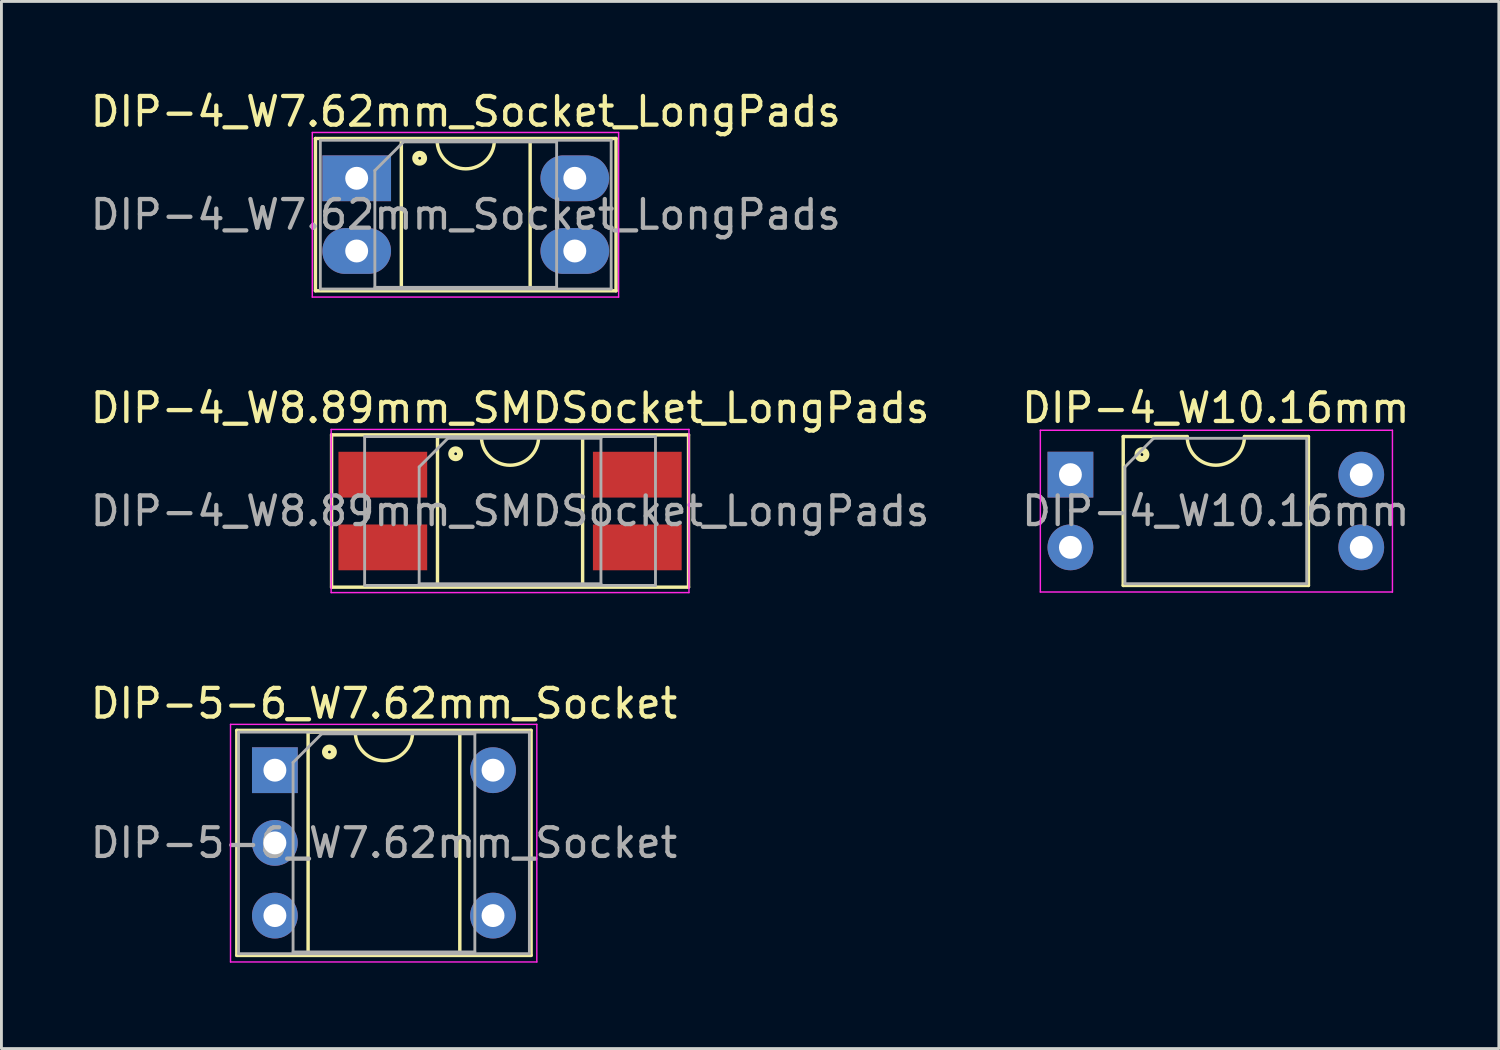
<source format=kicad_pcb>
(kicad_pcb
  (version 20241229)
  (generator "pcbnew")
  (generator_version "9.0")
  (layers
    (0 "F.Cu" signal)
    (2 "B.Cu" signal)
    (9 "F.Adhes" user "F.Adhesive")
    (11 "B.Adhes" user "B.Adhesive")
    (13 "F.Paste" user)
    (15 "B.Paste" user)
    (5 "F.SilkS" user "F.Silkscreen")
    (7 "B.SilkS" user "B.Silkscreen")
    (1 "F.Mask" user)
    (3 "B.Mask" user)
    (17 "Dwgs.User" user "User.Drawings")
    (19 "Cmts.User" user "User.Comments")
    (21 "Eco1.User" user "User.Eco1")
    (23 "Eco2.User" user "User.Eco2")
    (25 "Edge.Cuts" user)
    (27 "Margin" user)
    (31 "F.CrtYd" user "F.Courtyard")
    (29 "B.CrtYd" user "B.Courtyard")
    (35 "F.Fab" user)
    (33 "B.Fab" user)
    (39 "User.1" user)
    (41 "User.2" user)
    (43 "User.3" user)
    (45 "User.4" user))
  (footprint "DIP-5-6_W7.62mm_Socket"
    (layer "F.Cu")
    (at 6.553 23.855)
    (property "Reference" "DIP-5-6_W7.62mm_Socket" (at 3.81 -2.33 0) (layer "F.SilkS") (effects (font (size 1 1) (thickness 0.15))))
    (attr through_hole)
    (fp_line (start -1.33 -1.39) (end -1.33 6.47) (stroke (width 0.12) (type solid)) (layer "F.SilkS"))
    (fp_line (start -1.33 6.47) (end 8.95 6.47) (stroke (width 0.12) (type solid)) (layer "F.SilkS"))
    (fp_line (start 1.16 -1.33) (end 1.16 6.41) (stroke (width 0.12) (type solid)) (layer "F.SilkS"))
    (fp_line (start 1.16 6.41) (end 6.46 6.41) (stroke (width 0.12) (type solid)) (layer "F.SilkS"))
    (fp_line (start 2.81 -1.33) (end 1.16 -1.33) (stroke (width 0.12) (type solid)) (layer "F.SilkS"))
    (fp_line (start 6.46 -1.33) (end 4.81 -1.33) (stroke (width 0.12) (type solid)) (layer "F.SilkS"))
    (fp_line (start 6.46 6.41) (end 6.46 -1.33) (stroke (width 0.12) (type solid)) (layer "F.SilkS"))
    (fp_line (start 8.95 -1.39) (end -1.33 -1.39) (stroke (width 0.12) (type solid)) (layer "F.SilkS"))
    (fp_line (start 8.95 6.47) (end 8.95 -1.39) (stroke (width 0.12) (type solid)) (layer "F.SilkS"))
    (fp_arc (start 4.81 -1.33) (mid 3.81 -0.33) (end 2.81 -1.33) (stroke (width 0.12) (type solid)) (layer "F.SilkS"))
    (fp_circle (center 1.905 -0.635) (end 1.955 -0.635) (stroke (width 0.12) (type solid)) (fill no) (layer "F.SilkS"))
    (fp_circle (center 1.905 -0.635) (end 2.03 -0.635) (stroke (width 0.12) (type solid)) (fill no) (layer "F.SilkS"))
    (fp_circle (center 1.905 -0.635) (end 2.105 -0.635) (stroke (width 0.12) (type solid)) (fill no) (layer "F.SilkS"))
    (fp_line (start -1.55 -1.6) (end -1.55 6.7) (stroke (width 0.05) (type solid)) (layer "F.CrtYd"))
    (fp_line (start -1.55 6.7) (end 9.15 6.7) (stroke (width 0.05) (type solid)) (layer "F.CrtYd"))
    (fp_line (start 9.15 -1.6) (end -1.55 -1.6) (stroke (width 0.05) (type solid)) (layer "F.CrtYd"))
    (fp_line (start 9.15 6.7) (end 9.15 -1.6) (stroke (width 0.05) (type solid)) (layer "F.CrtYd"))
    (fp_line (start -1.27 -1.33) (end -1.27 6.41) (stroke (width 0.1) (type solid)) (layer "F.Fab"))
    (fp_line (start -1.27 6.41) (end 8.89 6.41) (stroke (width 0.1) (type solid)) (layer "F.Fab"))
    (fp_line (start 0.635 -0.27) (end 1.635 -1.27) (stroke (width 0.1) (type solid)) (layer "F.Fab"))
    (fp_line (start 0.635 6.35) (end 0.635 -0.27) (stroke (width 0.1) (type solid)) (layer "F.Fab"))
    (fp_line (start 1.635 -1.27) (end 6.985 -1.27) (stroke (width 0.1) (type solid)) (layer "F.Fab"))
    (fp_line (start 6.985 -1.27) (end 6.985 6.35) (stroke (width 0.1) (type solid)) (layer "F.Fab"))
    (fp_line (start 6.985 6.35) (end 0.635 6.35) (stroke (width 0.1) (type solid)) (layer "F.Fab"))
    (fp_line (start 8.89 -1.33) (end -1.27 -1.33) (stroke (width 0.1) (type solid)) (layer "F.Fab"))
    (fp_line (start 8.89 6.41) (end 8.89 -1.33) (stroke (width 0.1) (type solid)) (layer "F.Fab"))
    (fp_text user "${REFERENCE}" (at 3.81 2.54 0) (layer "F.Fab") (effects (font (size 1 1) (thickness 0.15))))
    (pad "1" thru_hole rect (at 0 0) (size 1.6 1.6) (drill 0.8) (layers "*.Cu" "*.Mask"))
    (pad "2" thru_hole oval (at 0 2.54) (size 1.6 1.6) (drill 0.8) (layers "*.Cu" "*.Mask"))
    (pad "3" thru_hole oval (at 0 5.08) (size 1.6 1.6) (drill 0.8) (layers "*.Cu" "*.Mask"))
    (pad "4" thru_hole oval (at 7.62 5.08) (size 1.6 1.6) (drill 0.8) (layers "*.Cu" "*.Mask"))
    (pad "6" thru_hole oval (at 7.62 0) (size 1.6 1.6) (drill 0.8) (layers "*.Cu" "*.Mask")))
  (footprint "DIP-4_W10.16mm"
    (layer "F.Cu")
    (at 34.343 13.531)
    (property "Reference" "DIP-4_W10.16mm" (at 5.08 -2.33 0) (layer "F.SilkS") (effects (font (size 1 1) (thickness 0.15))))
    (attr through_hole)
    (fp_line (start 1.845 -1.33) (end 1.845 3.87) (stroke (width 0.12) (type solid)) (layer "F.SilkS"))
    (fp_line (start 1.845 3.87) (end 8.315 3.87) (stroke (width 0.12) (type solid)) (layer "F.SilkS"))
    (fp_line (start 4.08 -1.33) (end 1.845 -1.33) (stroke (width 0.12) (type solid)) (layer "F.SilkS"))
    (fp_line (start 8.315 -1.33) (end 6.08 -1.33) (stroke (width 0.12) (type solid)) (layer "F.SilkS"))
    (fp_line (start 8.315 3.87) (end 8.315 -1.33) (stroke (width 0.12) (type solid)) (layer "F.SilkS"))
    (fp_arc (start 6.08 -1.33) (mid 5.08 -0.33) (end 4.08 -1.33) (stroke (width 0.12) (type solid)) (layer "F.SilkS"))
    (fp_circle (center 2.5 -0.7) (end 2.55 -0.7) (stroke (width 0.12) (type solid)) (fill no) (layer "F.SilkS"))
    (fp_circle (center 2.5 -0.7) (end 2.625 -0.7) (stroke (width 0.12) (type solid)) (fill no) (layer "F.SilkS"))
    (fp_circle (center 2.5 -0.7) (end 2.7 -0.7) (stroke (width 0.12) (type solid)) (fill no) (layer "F.SilkS"))
    (fp_line (start -1.05 -1.55) (end -1.05 4.1) (stroke (width 0.05) (type solid)) (layer "F.CrtYd"))
    (fp_line (start -1.05 4.1) (end 11.25 4.1) (stroke (width 0.05) (type solid)) (layer "F.CrtYd"))
    (fp_line (start 11.25 -1.55) (end -1.05 -1.55) (stroke (width 0.05) (type solid)) (layer "F.CrtYd"))
    (fp_line (start 11.25 4.1) (end 11.25 -1.55) (stroke (width 0.05) (type solid)) (layer "F.CrtYd"))
    (fp_line (start 1.905 -0.27) (end 2.905 -1.27) (stroke (width 0.1) (type solid)) (layer "F.Fab"))
    (fp_line (start 1.905 3.81) (end 1.905 -0.27) (stroke (width 0.1) (type solid)) (layer "F.Fab"))
    (fp_line (start 2.905 -1.27) (end 8.255 -1.27) (stroke (width 0.1) (type solid)) (layer "F.Fab"))
    (fp_line (start 8.255 -1.27) (end 8.255 3.81) (stroke (width 0.1) (type solid)) (layer "F.Fab"))
    (fp_line (start 8.255 3.81) (end 1.905 3.81) (stroke (width 0.1) (type solid)) (layer "F.Fab"))
    (fp_text user "${REFERENCE}" (at 5.08 1.27 0) (layer "F.Fab") (effects (font (size 1 1) (thickness 0.15))))
    (pad "1" thru_hole rect (at 0 0) (size 1.6 1.6) (drill 0.8) (layers "*.Cu" "*.Mask"))
    (pad "2" thru_hole oval (at 0 2.54) (size 1.6 1.6) (drill 0.8) (layers "*.Cu" "*.Mask"))
    (pad "3" thru_hole oval (at 10.16 2.54) (size 1.6 1.6) (drill 0.8) (layers "*.Cu" "*.Mask"))
    (pad "4" thru_hole oval (at 10.16 0) (size 1.6 1.6) (drill 0.8) (layers "*.Cu" "*.Mask")))
  (footprint "DIP-4_W7.62mm_Socket_LongPads"
    (layer "F.Cu")
    (at 9.41 3.178)
    (property "Reference" "DIP-4_W7.62mm_Socket_LongPads" (at 3.81 -2.33 0) (layer "F.SilkS") (effects (font (size 1 1) (thickness 0.15))))
    (attr through_hole)
    (fp_line (start -1.44 -1.39) (end -1.44 3.93) (stroke (width 0.12) (type solid)) (layer "F.SilkS"))
    (fp_line (start -1.44 3.93) (end 9.06 3.93) (stroke (width 0.12) (type solid)) (layer "F.SilkS"))
    (fp_line (start 1.56 -1.33) (end 1.56 3.87) (stroke (width 0.12) (type solid)) (layer "F.SilkS"))
    (fp_line (start 1.56 3.87) (end 6.06 3.87) (stroke (width 0.12) (type solid)) (layer "F.SilkS"))
    (fp_line (start 2.81 -1.33) (end 1.56 -1.33) (stroke (width 0.12) (type solid)) (layer "F.SilkS"))
    (fp_line (start 6.06 -1.33) (end 4.81 -1.33) (stroke (width 0.12) (type solid)) (layer "F.SilkS"))
    (fp_line (start 6.06 3.87) (end 6.06 -1.33) (stroke (width 0.12) (type solid)) (layer "F.SilkS"))
    (fp_line (start 9.06 -1.39) (end -1.44 -1.39) (stroke (width 0.12) (type solid)) (layer "F.SilkS"))
    (fp_line (start 9.06 3.93) (end 9.06 -1.39) (stroke (width 0.12) (type solid)) (layer "F.SilkS"))
    (fp_arc (start 4.81 -1.33) (mid 3.81 -0.33) (end 2.81 -1.33) (stroke (width 0.12) (type solid)) (layer "F.SilkS"))
    (fp_circle (center 2.2 -0.7) (end 2.25 -0.7) (stroke (width 0.12) (type solid)) (fill no) (layer "F.SilkS"))
    (fp_circle (center 2.2 -0.7) (end 2.325 -0.7) (stroke (width 0.12) (type solid)) (fill no) (layer "F.SilkS"))
    (fp_circle (center 2.2 -0.7) (end 2.4 -0.7) (stroke (width 0.12) (type solid)) (fill no) (layer "F.SilkS"))
    (fp_line (start -1.55 -1.6) (end -1.55 4.15) (stroke (width 0.05) (type solid)) (layer "F.CrtYd"))
    (fp_line (start -1.55 4.15) (end 9.15 4.15) (stroke (width 0.05) (type solid)) (layer "F.CrtYd"))
    (fp_line (start 9.15 -1.6) (end -1.55 -1.6) (stroke (width 0.05) (type solid)) (layer "F.CrtYd"))
    (fp_line (start 9.15 4.15) (end 9.15 -1.6) (stroke (width 0.05) (type solid)) (layer "F.CrtYd"))
    (fp_line (start -1.27 -1.33) (end -1.27 3.87) (stroke (width 0.1) (type solid)) (layer "F.Fab"))
    (fp_line (start -1.27 3.87) (end 8.89 3.87) (stroke (width 0.1) (type solid)) (layer "F.Fab"))
    (fp_line (start 0.635 -0.27) (end 1.635 -1.27) (stroke (width 0.1) (type solid)) (layer "F.Fab"))
    (fp_line (start 0.635 3.81) (end 0.635 -0.27) (stroke (width 0.1) (type solid)) (layer "F.Fab"))
    (fp_line (start 1.635 -1.27) (end 6.985 -1.27) (stroke (width 0.1) (type solid)) (layer "F.Fab"))
    (fp_line (start 6.985 -1.27) (end 6.985 3.81) (stroke (width 0.1) (type solid)) (layer "F.Fab"))
    (fp_line (start 6.985 3.81) (end 0.635 3.81) (stroke (width 0.1) (type solid)) (layer "F.Fab"))
    (fp_line (start 8.89 -1.33) (end -1.27 -1.33) (stroke (width 0.1) (type solid)) (layer "F.Fab"))
    (fp_line (start 8.89 3.87) (end 8.89 -1.33) (stroke (width 0.1) (type solid)) (layer "F.Fab"))
    (fp_text user "${REFERENCE}" (at 3.81 1.27 0) (layer "F.Fab") (effects (font (size 1 1) (thickness 0.15))))
    (pad "1" thru_hole rect (at 0 0) (size 2.4 1.6) (drill 0.8) (layers "*.Cu" "*.Mask"))
    (pad "2" thru_hole oval (at 0 2.54) (size 2.4 1.6) (drill 0.8) (layers "*.Cu" "*.Mask"))
    (pad "3" thru_hole oval (at 7.62 2.54) (size 2.4 1.6) (drill 0.8) (layers "*.Cu" "*.Mask"))
    (pad "4" thru_hole oval (at 7.62 0) (size 2.4 1.6) (drill 0.8) (layers "*.Cu" "*.Mask")))
  (footprint "DIP-4_W8.89mm_SMDSocket_LongPads"
    (layer "F.Cu")
    (at 14.768 14.802)
    (property "Reference" "DIP-4_W8.89mm_SMDSocket_LongPads" (at 0 -3.6 0) (layer "F.SilkS") (effects (font (size 1 1) (thickness 0.15))))
    (attr smd)
    (fp_line (start -6.235 -2.66) (end -6.235 2.66) (stroke (width 0.12) (type solid)) (layer "F.SilkS"))
    (fp_line (start -6.235 2.66) (end 6.235 2.66) (stroke (width 0.12) (type solid)) (layer "F.SilkS"))
    (fp_line (start -2.535 -2.6) (end -2.535 2.6) (stroke (width 0.12) (type solid)) (layer "F.SilkS"))
    (fp_line (start -2.535 2.6) (end 2.535 2.6) (stroke (width 0.12) (type solid)) (layer "F.SilkS"))
    (fp_line (start -1 -2.6) (end -2.535 -2.6) (stroke (width 0.12) (type solid)) (layer "F.SilkS"))
    (fp_line (start 2.535 -2.6) (end 1 -2.6) (stroke (width 0.12) (type solid)) (layer "F.SilkS"))
    (fp_line (start 2.535 2.6) (end 2.535 -2.6) (stroke (width 0.12) (type solid)) (layer "F.SilkS"))
    (fp_line (start 6.235 -2.66) (end -6.235 -2.66) (stroke (width 0.12) (type solid)) (layer "F.SilkS"))
    (fp_line (start 6.235 2.66) (end 6.235 -2.66) (stroke (width 0.12) (type solid)) (layer "F.SilkS"))
    (fp_arc (start 1 -2.6) (mid 0 -1.6) (end -1 -2.6) (stroke (width 0.12) (type solid)) (layer "F.SilkS"))
    (fp_circle (center -1.9 -2) (end -1.85 -2) (stroke (width 0.12) (type solid)) (fill no) (layer "F.SilkS"))
    (fp_circle (center -1.9 -2) (end -1.775 -2) (stroke (width 0.12) (type solid)) (fill no) (layer "F.SilkS"))
    (fp_circle (center -1.9 -2) (end -1.7 -2) (stroke (width 0.12) (type solid)) (fill no) (layer "F.SilkS"))
    (fp_line (start -6.25 -2.85) (end -6.25 2.85) (stroke (width 0.05) (type solid)) (layer "F.CrtYd"))
    (fp_line (start -6.25 2.85) (end 6.25 2.85) (stroke (width 0.05) (type solid)) (layer "F.CrtYd"))
    (fp_line (start 6.25 -2.85) (end -6.25 -2.85) (stroke (width 0.05) (type solid)) (layer "F.CrtYd"))
    (fp_line (start 6.25 2.85) (end 6.25 -2.85) (stroke (width 0.05) (type solid)) (layer "F.CrtYd"))
    (fp_line (start -5.08 -2.6) (end -5.08 2.6) (stroke (width 0.1) (type solid)) (layer "F.Fab"))
    (fp_line (start -5.08 2.6) (end 5.08 2.6) (stroke (width 0.1) (type solid)) (layer "F.Fab"))
    (fp_line (start -3.175 -1.54) (end -2.175 -2.54) (stroke (width 0.1) (type solid)) (layer "F.Fab"))
    (fp_line (start -3.175 2.54) (end -3.175 -1.54) (stroke (width 0.1) (type solid)) (layer "F.Fab"))
    (fp_line (start -2.175 -2.54) (end 3.175 -2.54) (stroke (width 0.1) (type solid)) (layer "F.Fab"))
    (fp_line (start 3.175 -2.54) (end 3.175 2.54) (stroke (width 0.1) (type solid)) (layer "F.Fab"))
    (fp_line (start 3.175 2.54) (end -3.175 2.54) (stroke (width 0.1) (type solid)) (layer "F.Fab"))
    (fp_line (start 5.08 -2.6) (end -5.08 -2.6) (stroke (width 0.1) (type solid)) (layer "F.Fab"))
    (fp_line (start 5.08 2.6) (end 5.08 -2.6) (stroke (width 0.1) (type solid)) (layer "F.Fab"))
    (fp_text user "${REFERENCE}" (at 0 0 0) (layer "F.Fab") (effects (font (size 1 1) (thickness 0.15))))
    (pad "1" smd rect (at -4.445 -1.27) (size 3.1 1.6) (layers "F.Cu" "F.Mask" "F.Paste"))
    (pad "2" smd rect (at -4.445 1.27) (size 3.1 1.6) (layers "F.Cu" "F.Mask" "F.Paste"))
    (pad "3" smd rect (at 4.445 1.27) (size 3.1 1.6) (layers "F.Cu" "F.Mask" "F.Paste"))
    (pad "4" smd rect (at 4.445 -1.27) (size 3.1 1.6) (layers "F.Cu" "F.Mask" "F.Paste")))
  (gr_rect
    (start -3 -3)
    (end 49.31 33.58)
    (stroke (width 0.1) (type default))
    (fill no)
    (layer "Edge.Cuts")))
</source>
